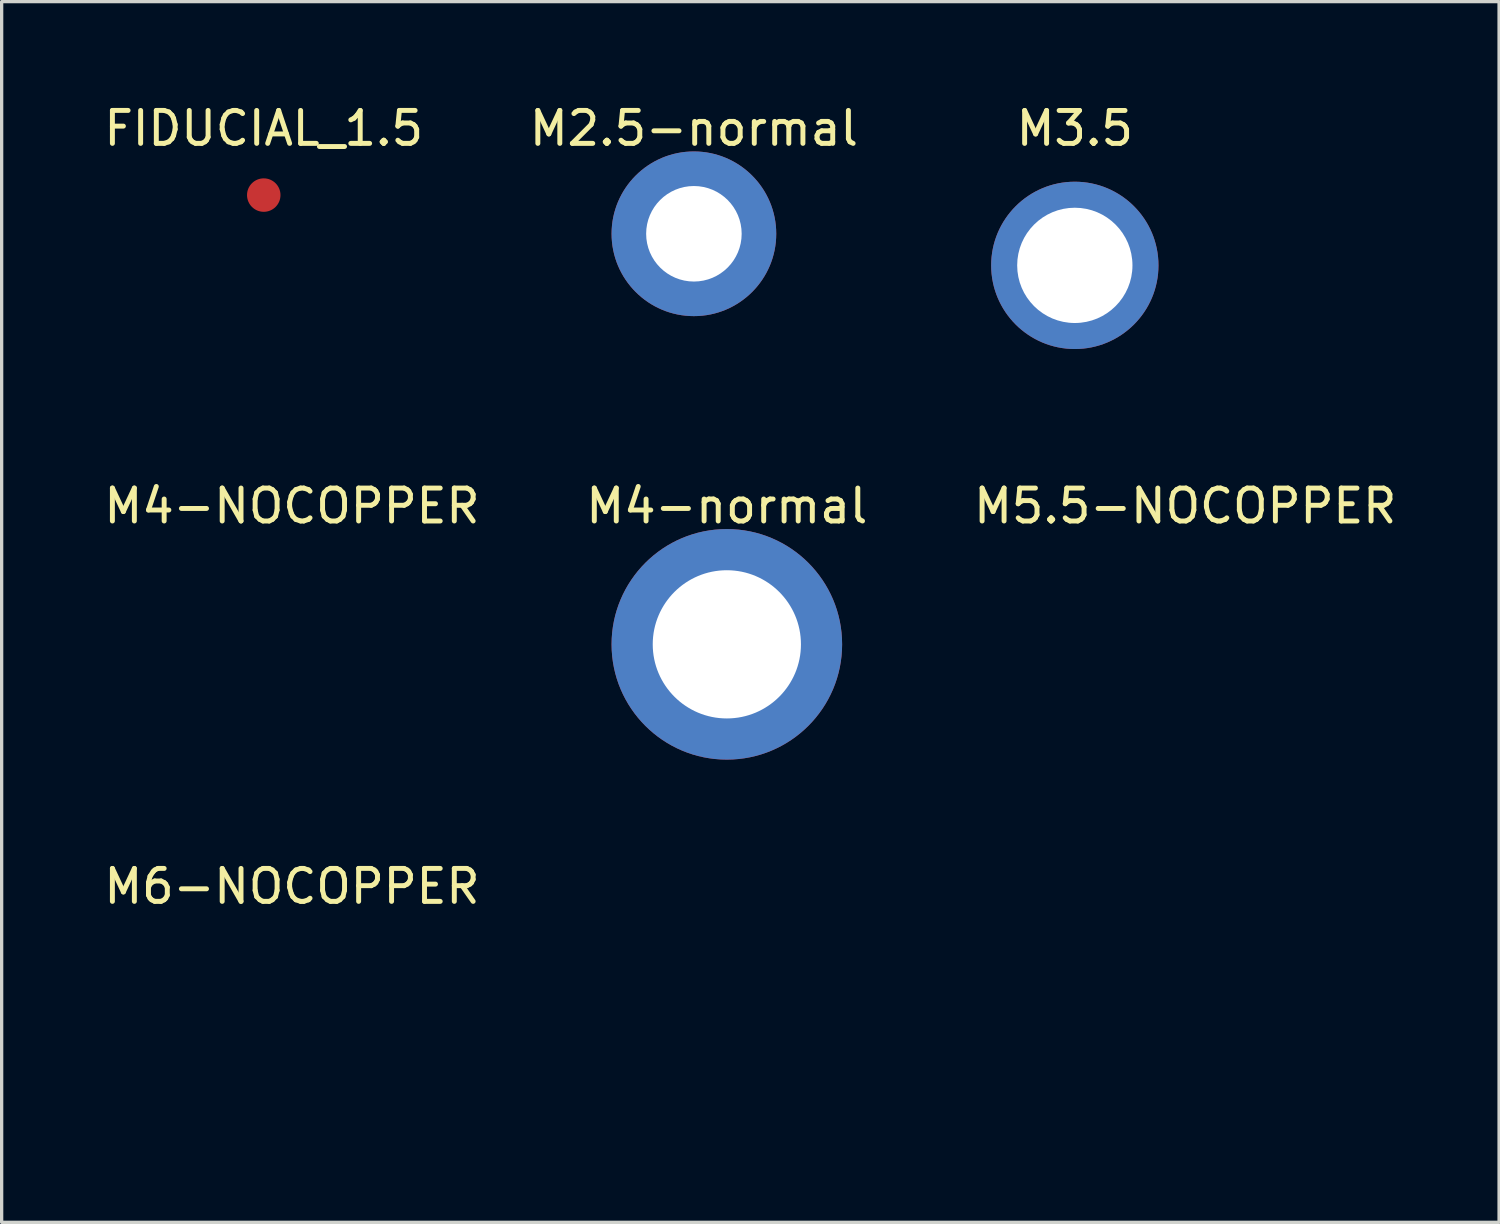
<source format=kicad_pcb>
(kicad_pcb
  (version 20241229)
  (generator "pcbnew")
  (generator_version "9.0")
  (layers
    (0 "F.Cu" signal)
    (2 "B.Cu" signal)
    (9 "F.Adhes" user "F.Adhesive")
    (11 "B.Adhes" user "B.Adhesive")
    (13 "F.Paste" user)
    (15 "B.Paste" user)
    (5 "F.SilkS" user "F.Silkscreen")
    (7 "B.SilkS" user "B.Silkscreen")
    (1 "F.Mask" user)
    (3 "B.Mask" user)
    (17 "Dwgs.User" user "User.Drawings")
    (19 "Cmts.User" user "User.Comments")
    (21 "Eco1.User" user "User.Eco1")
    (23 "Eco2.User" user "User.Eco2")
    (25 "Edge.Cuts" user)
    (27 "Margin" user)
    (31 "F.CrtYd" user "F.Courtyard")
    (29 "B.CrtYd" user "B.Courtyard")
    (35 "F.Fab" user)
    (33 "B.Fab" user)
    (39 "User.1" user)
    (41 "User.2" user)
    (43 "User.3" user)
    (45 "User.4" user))
  (footprint "M2.5-normal"
    (layer "F.Cu")
    (at 18.018 4.048)
    (property "Reference" "M2.5-normal" (at 0 -3.2 0) (unlocked yes) (layer "F.SilkS") (effects (font (size 1 1) (thickness 0.15))))
    (pad "1" thru_hole circle (at 0 0) (size 5 5) (drill 2.9) (layers "*.Cu" "*.Mask")))
  (footprint "M6-NOCOPPER"
    (layer "F.Cu")
    (at 5.815 27.812)
    (property "Reference" "M6-NOCOPPER" (at 0 -3.95 0) (unlocked yes) (layer "F.SilkS") (effects (font (size 1 1) (thickness 0.15))))
    (pad "" thru_hole circle (at 0 0) (size 0.001 0.001) (drill 6.5) (layers "*.Cu" "*.Mask")))
  (footprint "FIDUCIAL_1.5"
    (layer "F.Cu")
    (at 4.958 2.873)
    (property "Reference" "FIDUCIAL_1.5" (at 0 -2.025 0) (unlocked yes) (layer "F.SilkS") (effects (font (size 1 1) (thickness 0.15))))
    (pad "1" smd circle (at 0 0) (size 1.016 1.016) (layers "F.Cu" "F.Mask" "F.Paste"))
    (zone (net_name "") (layer "F.Cu") (hatch edge 0.5) (connect_pads) (min_thickness 0.25) (filled_areas_thickness no) (keepout (tracks not_allowed) (vias not_allowed) (pads not_allowed) (copperpour not_allowed) (footprints allowed)) (placement (enabled no)) (fill) (polygon (pts (xy 5.188 1.568) (xy 5.412 1.628) (xy 5.621 1.726) (xy 5.81 1.858) (xy 5.973 2.022) (xy 6.106 2.211) (xy 6.203 2.42) (xy 6.263 2.643) (xy 6.283 2.873) (xy 6.263 3.103) (xy 6.203 3.326) (xy 6.106 3.536) (xy 5.973 3.725) (xy 5.81 3.888) (xy 5.621 4.021) (xy 5.412 4.118) (xy 5.188 4.178) (xy 4.958 4.198) (xy 4.728 4.178) (xy 4.505 4.118) (xy 4.296 4.021) (xy 4.107 3.888) (xy 3.943 3.725) (xy 3.811 3.536) (xy 3.713 3.326) (xy 3.653 3.103) (xy 3.633 2.873) (xy 4.178 2.873) (xy 4.198 3.047) (xy 4.256 3.212) (xy 4.349 3.36) (xy 4.472 3.483) (xy 4.62 3.576) (xy 4.785 3.634) (xy 4.958 3.653) (xy 5.132 3.634) (xy 5.297 3.576) (xy 5.445 3.483) (xy 5.568 3.36) (xy 5.661 3.212) (xy 5.719 3.047) (xy 5.738 2.873) (xy 5.719 2.7) (xy 5.661 2.535) (xy 5.568 2.387) (xy 5.445 2.263) (xy 5.297 2.171) (xy 5.132 2.113) (xy 4.958 2.093) (xy 4.785 2.113) (xy 4.62 2.171) (xy 4.472 2.263) (xy 4.349 2.387) (xy 4.256 2.535) (xy 4.198 2.7) (xy 4.178 2.873) (xy 3.633 2.873) (xy 3.653 2.643) (xy 3.713 2.42) (xy 3.811 2.211) (xy 3.943 2.022) (xy 4.107 1.858) (xy 4.296 1.726) (xy 4.505 1.628) (xy 4.728 1.568) (xy 4.958 1.548)))))
  (footprint "M5.5-NOCOPPER"
    (layer "F.Cu")
    (at 32.935 16.013)
    (property "Reference" "M5.5-NOCOPPER" (at 0 -3.7 0) (unlocked yes) (layer "F.SilkS") (effects (font (size 1 1) (thickness 0.15))))
    (pad "" thru_hole circle (at 0 0) (size 0.001 0.001) (drill 6) (layers "*.Cu" "*.Mask")))
  (footprint "M4-normal"
    (layer "F.Cu")
    (at 19.018 16.513)
    (property "Reference" "M4-normal" (at 0 -4.2 0) (unlocked yes) (layer "F.SilkS") (effects (font (size 1 1) (thickness 0.15))))
    (pad "1" thru_hole circle (at 0 0) (size 7 7) (drill 4.5) (layers "*.Cu" "*.Mask")))
  (footprint "M4-NOCOPPER"
    (layer "F.Cu")
    (at 5.815 15.263)
    (property "Reference" "M4-NOCOPPER" (at 0 -2.95 0) (unlocked yes) (layer "F.SilkS") (effects (font (size 1 1) (thickness 0.15))))
    (pad "" thru_hole circle (at 0 0) (size 0.001 0.001) (drill 4.5) (layers "*.Cu" "*.Mask")))
  (footprint "M3.5"
    (layer "F.Cu")
    (at 29.583 5.007)
    (property "Reference" "M3.5" (at 0 -4.158 0) (unlocked yes) (layer "F.SilkS") (effects (font (size 1 1) (thickness 0.15))))
    (pad "1" thru_hole circle (at 0 0) (size 5.08 5.08) (drill 3.5) (layers "*.Cu" "*.Mask"))
    (zone (net_name "") (layers "F.Cu" "B.Cu") (hatch edge 0.5) (connect_pads) (min_thickness 0.25) (filled_areas_thickness no) (keepout (tracks not_allowed) (vias not_allowed) (pads not_allowed) (copperpour not_allowed) (footprints allowed)) (placement (enabled no)) (fill) (polygon (pts (xy 30.143 1.589) (xy 30.509 1.669) (xy 30.865 1.789) (xy 31.205 1.947) (xy 31.526 2.14) (xy 31.825 2.367) (xy 32.097 2.625) (xy 32.34 2.911) (xy 32.55 3.221) (xy 32.726 3.552) (xy 32.865 3.901) (xy 32.965 4.262) (xy 33.026 4.632) (xy 33.046 5.007) (xy 33.026 5.381) (xy 32.965 5.751) (xy 32.865 6.113) (xy 32.726 6.461) (xy 32.55 6.792) (xy 32.34 7.103) (xy 32.097 7.389) (xy 31.825 7.646) (xy 31.526 7.873) (xy 31.205 8.067) (xy 30.865 8.224) (xy 30.509 8.344) (xy 30.143 8.425) (xy 29.77 8.465) (xy 29.395 8.465) (xy 29.022 8.425) (xy 28.656 8.344) (xy 28.301 8.224) (xy 27.96 8.067) (xy 27.639 7.873) (xy 27.34 7.646) (xy 27.068 7.389) (xy 26.825 7.103) (xy 26.615 6.792) (xy 26.439 6.461) (xy 26.3 6.113) (xy 26.2 5.751) (xy 26.139 5.381) (xy 26.119 5.007) (xy 26.241 5.007) (xy 26.261 5.368) (xy 26.319 5.725) (xy 26.416 6.074) (xy 26.55 6.41) (xy 26.719 6.729) (xy 26.922 7.029) (xy 27.157 7.305) (xy 27.419 7.553) (xy 27.707 7.772) (xy 28.017 7.959) (xy 28.346 8.111) (xy 28.689 8.226) (xy 29.042 8.304) (xy 29.402 8.343) (xy 29.763 8.343) (xy 30.123 8.304) (xy 30.476 8.226) (xy 30.819 8.111) (xy 31.148 7.959) (xy 31.458 7.772) (xy 31.746 7.553) (xy 32.008 7.305) (xy 32.243 7.029) (xy 32.446 6.729) (xy 32.615 6.41) (xy 32.749 6.074) (xy 32.846 5.725) (xy 32.904 5.368) (xy 32.924 5.007) (xy 32.904 4.645) (xy 32.846 4.288) (xy 32.749 3.94) (xy 32.615 3.604) (xy 32.446 3.284) (xy 32.243 2.985) (xy 32.008 2.709) (xy 31.746 2.46) (xy 31.458 2.241) (xy 31.148 2.055) (xy 30.819 1.903) (xy 30.476 1.787) (xy 30.123 1.709) (xy 29.763 1.67) (xy 29.402 1.67) (xy 29.042 1.709) (xy 28.689 1.787) (xy 28.346 1.903) (xy 28.017 2.055) (xy 27.707 2.241) (xy 27.419 2.46) (xy 27.157 2.709) (xy 26.922 2.985) (xy 26.719 3.284) (xy 26.55 3.604) (xy 26.416 3.94) (xy 26.319 4.288) (xy 26.261 4.645) (xy 26.241 5.007) (xy 26.119 5.007) (xy 26.139 4.632) (xy 26.2 4.262) (xy 26.3 3.901) (xy 26.439 3.552) (xy 26.615 3.221) (xy 26.825 2.911) (xy 27.068 2.625) (xy 27.34 2.367) (xy 27.639 2.14) (xy 27.96 1.947) (xy 28.301 1.789) (xy 28.656 1.669) (xy 29.022 1.589) (xy 29.395 1.548) (xy 29.77 1.548)))))
  (gr_rect
    (start -3 -3)
    (end 42.464 34.062)
    (stroke (width 0.1) (type default))
    (fill no)
    (layer "Edge.Cuts")))
</source>
